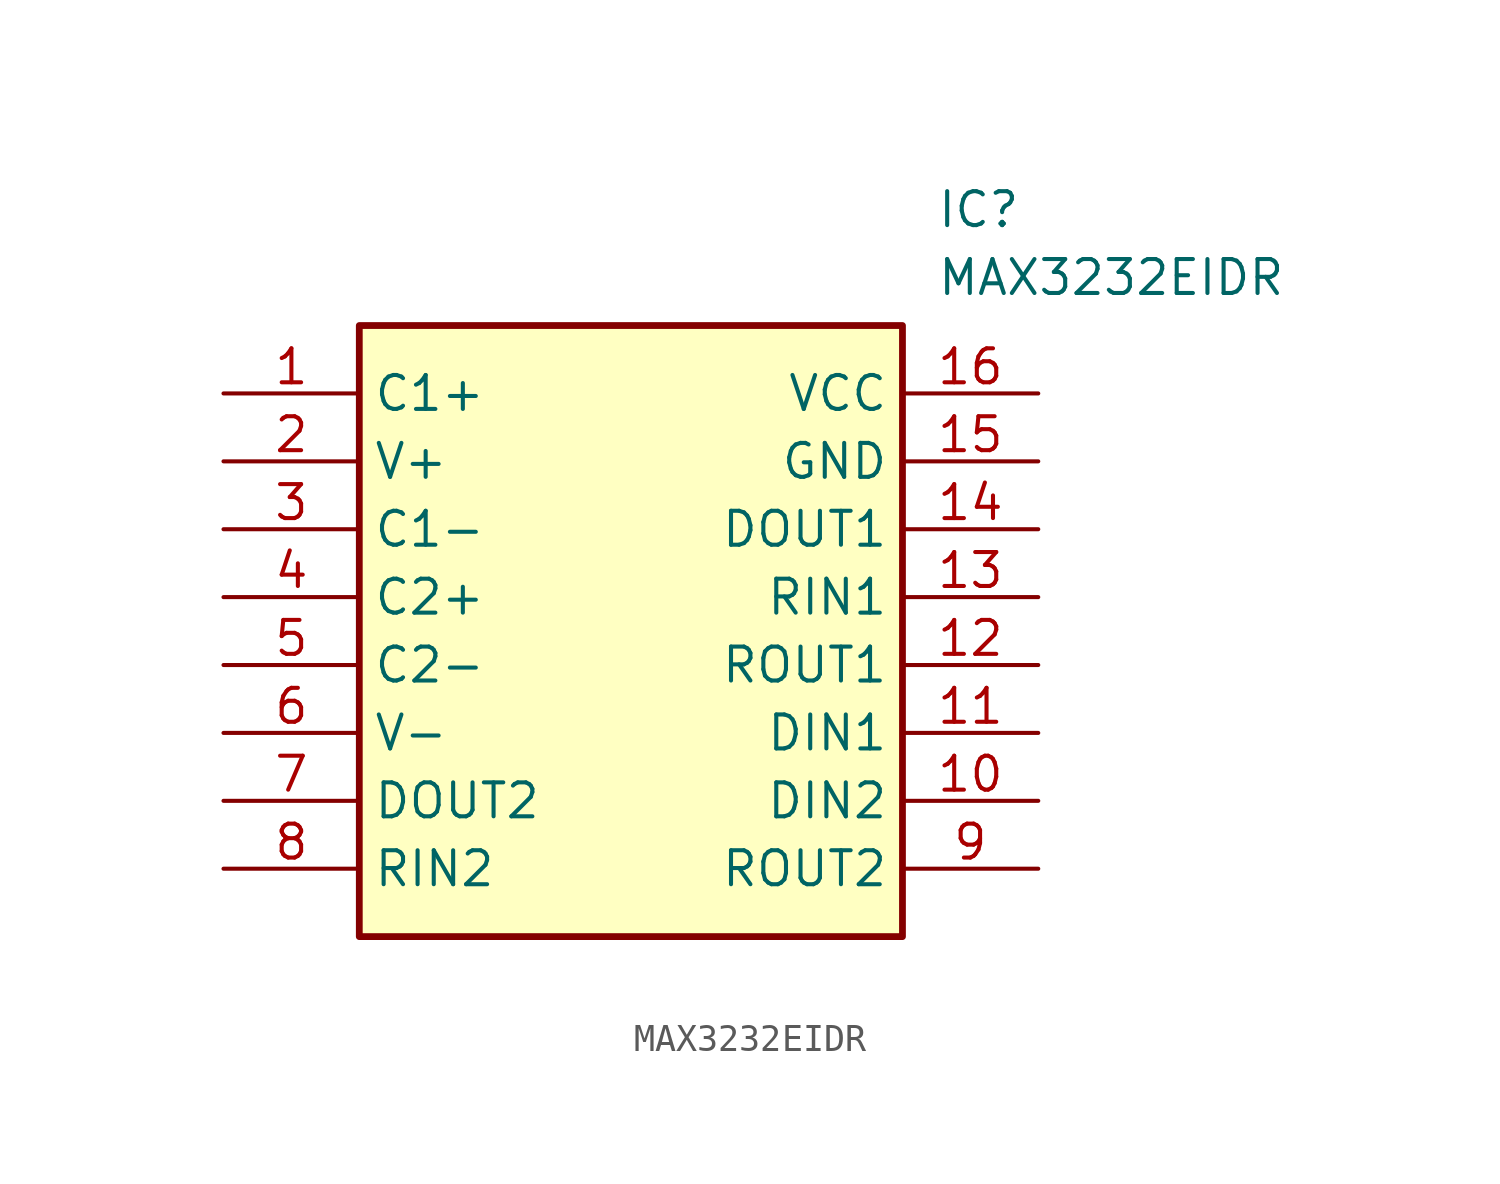
<source format=kicad_sym>
(kicad_symbol_lib
  (version 20211014)
  (generator SamacSys_ECAD_Model)
  (symbol "MAX3232EIDR"
    (property "Reference" "IC"
      (at 26.67 7.62 0)
      (effects (font (size 1.27 1.27)) (justify left top)))
    (property "Value" "MAX3232EIDR"
      (at 26.67 5.08 0)
      (effects (font (size 1.27 1.27)) (justify left top)))
    (rectangle
      (start 5.08 2.54)
      (end 25.4 -20.32)
      (stroke (width 0.254) (type default))
      (fill (type background)))
    (pin passive line
      (at 0 0 0)
      (length 5.08)
      (name "C1+" (effects (font (size 1.27 1.27))))
      (number "1" (effects (font (size 1.27 1.27)))))
    (pin passive line
      (at 0 -2.54 0)
      (length 5.08)
      (name "V+" (effects (font (size 1.27 1.27))))
      (number "2" (effects (font (size 1.27 1.27)))))
    (pin passive line
      (at 0 -5.08 0)
      (length 5.08)
      (name "C1-" (effects (font (size 1.27 1.27))))
      (number "3" (effects (font (size 1.27 1.27)))))
    (pin passive line
      (at 0 -7.62 0)
      (length 5.08)
      (name "C2+" (effects (font (size 1.27 1.27))))
      (number "4" (effects (font (size 1.27 1.27)))))
    (pin passive line
      (at 0 -10.16 0)
      (length 5.08)
      (name "C2-" (effects (font (size 1.27 1.27))))
      (number "5" (effects (font (size 1.27 1.27)))))
    (pin passive line
      (at 0 -12.7 0)
      (length 5.08)
      (name "V-" (effects (font (size 1.27 1.27))))
      (number "6" (effects (font (size 1.27 1.27)))))
    (pin passive line
      (at 0 -15.24 0)
      (length 5.08)
      (name "DOUT2" (effects (font (size 1.27 1.27))))
      (number "7" (effects (font (size 1.27 1.27)))))
    (pin passive line
      (at 0 -17.78 0)
      (length 5.08)
      (name "RIN2" (effects (font (size 1.27 1.27))))
      (number "8" (effects (font (size 1.27 1.27)))))
    (pin passive line
      (at 30.48 0 180)
      (length 5.08)
      (name "VCC" (effects (font (size 1.27 1.27))))
      (number "16" (effects (font (size 1.27 1.27)))))
    (pin passive line
      (at 30.48 -2.54 180)
      (length 5.08)
      (name "GND" (effects (font (size 1.27 1.27))))
      (number "15" (effects (font (size 1.27 1.27)))))
    (pin passive line
      (at 30.48 -5.08 180)
      (length 5.08)
      (name "DOUT1" (effects (font (size 1.27 1.27))))
      (number "14" (effects (font (size 1.27 1.27)))))
    (pin passive line
      (at 30.48 -7.62 180)
      (length 5.08)
      (name "RIN1" (effects (font (size 1.27 1.27))))
      (number "13" (effects (font (size 1.27 1.27)))))
    (pin passive line
      (at 30.48 -10.16 180)
      (length 5.08)
      (name "ROUT1" (effects (font (size 1.27 1.27))))
      (number "12" (effects (font (size 1.27 1.27)))))
    (pin passive line
      (at 30.48 -12.7 180)
      (length 5.08)
      (name "DIN1" (effects (font (size 1.27 1.27))))
      (number "11" (effects (font (size 1.27 1.27)))))
    (pin passive line
      (at 30.48 -15.24 180)
      (length 5.08)
      (name "DIN2" (effects (font (size 1.27 1.27))))
      (number "10" (effects (font (size 1.27 1.27)))))
    (pin passive line
      (at 30.48 -17.78 180)
      (length 5.08)
      (name "ROUT2" (effects (font (size 1.27 1.27))))
      (number "9" (effects (font (size 1.27 1.27)))))))
</source>
